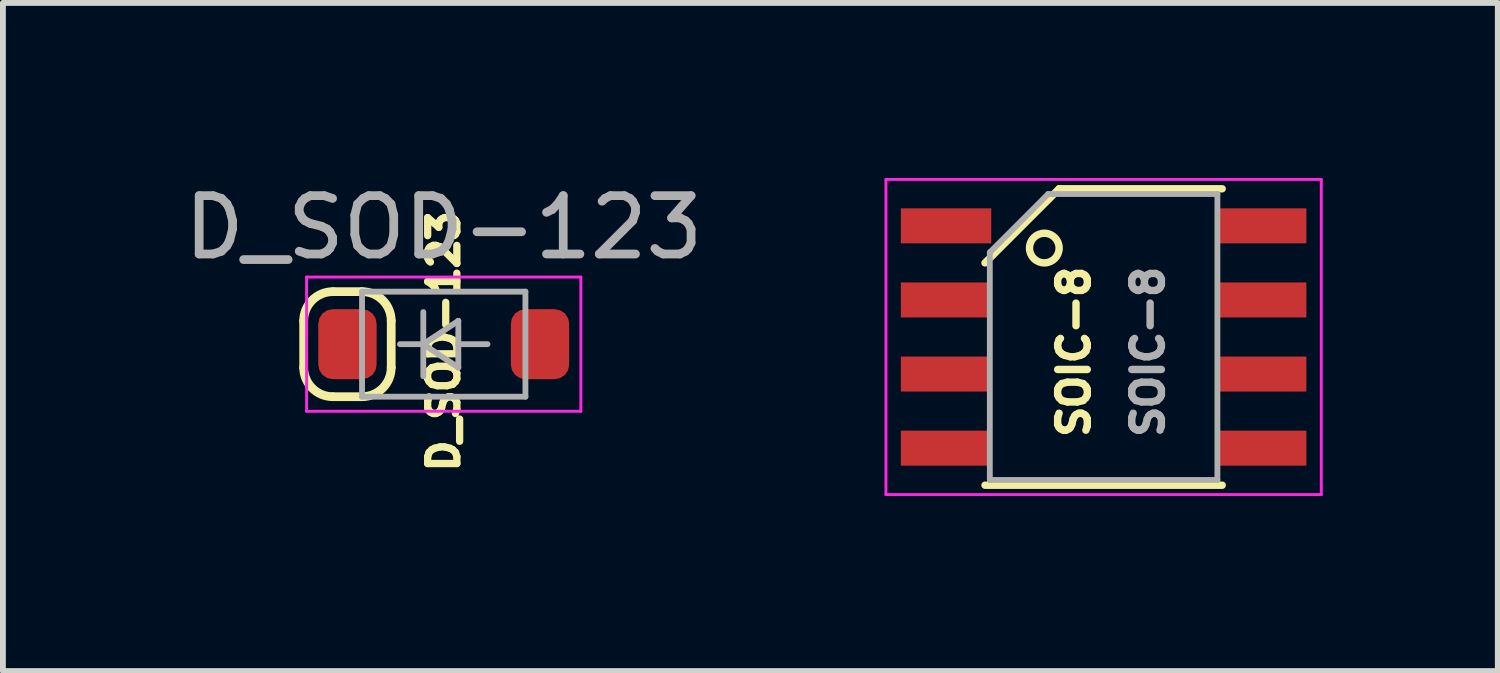
<source format=kicad_pcb>
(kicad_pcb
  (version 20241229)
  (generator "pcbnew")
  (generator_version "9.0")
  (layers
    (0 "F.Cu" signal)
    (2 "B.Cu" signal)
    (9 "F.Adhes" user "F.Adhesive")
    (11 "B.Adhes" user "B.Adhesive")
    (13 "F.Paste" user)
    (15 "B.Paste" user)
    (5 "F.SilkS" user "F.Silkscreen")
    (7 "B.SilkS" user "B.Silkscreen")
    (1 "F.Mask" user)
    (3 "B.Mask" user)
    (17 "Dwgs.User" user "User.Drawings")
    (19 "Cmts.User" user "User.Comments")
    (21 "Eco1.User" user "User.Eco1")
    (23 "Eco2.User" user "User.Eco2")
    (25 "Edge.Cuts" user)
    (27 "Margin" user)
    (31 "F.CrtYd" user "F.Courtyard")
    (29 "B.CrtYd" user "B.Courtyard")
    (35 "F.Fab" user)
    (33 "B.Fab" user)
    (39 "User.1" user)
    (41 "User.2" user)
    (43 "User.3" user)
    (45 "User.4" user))
  (footprint "SOIC-8"
    (layer "F.Cu")
    (at 15.862 2.725)
    (property "Reference" "SOIC-8" (at -0.508 0.254 90) (layer "F.SilkS") (effects (font (size 0.508 0.508) (thickness 0.127))))
    (attr smd)
    (fp_line (start -2.032 -1.27) (end -0.762 -2.54) (stroke (width 0.127) (type solid)) (layer "F.SilkS"))
    (fp_line (start -0.762 -2.54) (end 2.032 -2.54) (stroke (width 0.127) (type solid)) (layer "F.SilkS"))
    (fp_line (start 2.032 2.54) (end -2.032 2.54) (stroke (width 0.127) (type solid)) (layer "F.SilkS"))
    (fp_circle (center -1.016 -1.524) (end -0.762 -1.524) (stroke (width 0.127) (type solid)) (fill no) (layer "F.SilkS"))
    (fp_line (start -3.73 -2.7) (end -3.73 2.7) (stroke (width 0.05) (type solid)) (layer "F.CrtYd"))
    (fp_line (start -3.73 -2.7) (end 3.73 -2.7) (stroke (width 0.05) (type solid)) (layer "F.CrtYd"))
    (fp_line (start -3.73 2.7) (end 3.73 2.7) (stroke (width 0.05) (type solid)) (layer "F.CrtYd"))
    (fp_line (start 3.73 -2.7) (end 3.73 2.7) (stroke (width 0.05) (type solid)) (layer "F.CrtYd"))
    (fp_line (start -1.95 -1.45) (end -0.95 -2.45) (stroke (width 0.1) (type solid)) (layer "F.Fab"))
    (fp_line (start -1.95 2.45) (end -1.95 -1.45) (stroke (width 0.1) (type solid)) (layer "F.Fab"))
    (fp_line (start -0.95 -2.45) (end 1.95 -2.45) (stroke (width 0.1) (type solid)) (layer "F.Fab"))
    (fp_line (start 1.95 -2.45) (end 1.95 2.45) (stroke (width 0.1) (type solid)) (layer "F.Fab"))
    (fp_line (start 1.95 2.45) (end -1.95 2.45) (stroke (width 0.1) (type solid)) (layer "F.Fab"))
    (fp_text user "${REFERENCE}" (at 0.762 0.254 90) (layer "F.Fab") (effects (font (size 0.508 0.508) (thickness 0.127))))
    (pad "1" smd rect (at -2.7 -1.905) (size 1.55 0.6) (layers "F.Cu" "F.Mask" "F.Paste"))
    (pad "2" smd rect (at -2.7 -0.635) (size 1.55 0.6) (layers "F.Cu" "F.Mask" "F.Paste"))
    (pad "3" smd rect (at -2.7 0.635) (size 1.55 0.6) (layers "F.Cu" "F.Mask" "F.Paste"))
    (pad "4" smd rect (at -2.7 1.905) (size 1.55 0.6) (layers "F.Cu" "F.Mask" "F.Paste"))
    (pad "5" smd rect (at 2.7 1.905) (size 1.55 0.6) (layers "F.Cu" "F.Mask" "F.Paste"))
    (pad "6" smd rect (at 2.7 0.635) (size 1.55 0.6) (layers "F.Cu" "F.Mask" "F.Paste"))
    (pad "7" smd rect (at 2.7 -0.635) (size 1.55 0.6) (layers "F.Cu" "F.Mask" "F.Paste"))
    (pad "8" smd rect (at 2.7 -1.905) (size 1.55 0.6) (layers "F.Cu" "F.Mask" "F.Paste")))
  (footprint "D_SOD-123"
    (layer "F.Cu")
    (at 4.554 2.848)
    (property "Reference" "D_SOD-123" (at 0 -0.05 90) (layer "F.SilkS") (effects (font (size 0.5 0.5) (thickness 0.125))))
    (attr smd)
    (fp_line (start -2.4 -0.4) (end -2.4 0.4) (stroke (width 0.15) (type solid)) (layer "F.SilkS"))
    (fp_line (start -1.9 -0.9) (end -1.4 -0.9) (stroke (width 0.15) (type solid)) (layer "F.SilkS"))
    (fp_line (start -1.4 0.9) (end -1.9 0.9) (stroke (width 0.15) (type solid)) (layer "F.SilkS"))
    (fp_line (start -0.9 -0.4) (end -0.9 0.4) (stroke (width 0.15) (type solid)) (layer "F.SilkS"))
    (fp_arc (start -2.4 -0.4) (mid -2.253553 -0.753553) (end -1.9 -0.9) (stroke (width 0.15) (type solid)) (layer "F.SilkS"))
    (fp_arc (start -1.9 0.9) (mid -2.253553 0.753553) (end -2.4 0.4) (stroke (width 0.15) (type solid)) (layer "F.SilkS"))
    (fp_arc (start -1.4 -0.9) (mid -1.046447 -0.753553) (end -0.9 -0.4) (stroke (width 0.15) (type solid)) (layer "F.SilkS"))
    (fp_arc (start -0.9 0.4) (mid -1.046447 0.753553) (end -1.4 0.9) (stroke (width 0.15) (type solid)) (layer "F.SilkS"))
    (fp_line (start -2.35 -1.15) (end -2.35 1.15) (stroke (width 0.05) (type solid)) (layer "F.CrtYd"))
    (fp_line (start -2.35 -1.15) (end 2.35 -1.15) (stroke (width 0.05) (type solid)) (layer "F.CrtYd"))
    (fp_line (start 2.35 -1.15) (end 2.35 1.15) (stroke (width 0.05) (type solid)) (layer "F.CrtYd"))
    (fp_line (start 2.35 1.15) (end -2.35 1.15) (stroke (width 0.05) (type solid)) (layer "F.CrtYd"))
    (fp_line (start -1.4 -0.9) (end 1.4 -0.9) (stroke (width 0.1) (type solid)) (layer "F.Fab"))
    (fp_line (start -1.4 0.9) (end -1.4 -0.9) (stroke (width 0.1) (type solid)) (layer "F.Fab"))
    (fp_line (start -0.75 0) (end -0.35 0) (stroke (width 0.1) (type solid)) (layer "F.Fab"))
    (fp_line (start -0.35 0) (end -0.35 -0.55) (stroke (width 0.1) (type solid)) (layer "F.Fab"))
    (fp_line (start -0.35 0) (end -0.35 0.55) (stroke (width 0.1) (type solid)) (layer "F.Fab"))
    (fp_line (start -0.35 0) (end 0.25 -0.4) (stroke (width 0.1) (type solid)) (layer "F.Fab"))
    (fp_line (start 0.25 -0.4) (end 0.25 0.4) (stroke (width 0.1) (type solid)) (layer "F.Fab"))
    (fp_line (start 0.25 0) (end 0.75 0) (stroke (width 0.1) (type solid)) (layer "F.Fab"))
    (fp_line (start 0.25 0.4) (end -0.35 0) (stroke (width 0.1) (type solid)) (layer "F.Fab"))
    (fp_line (start 1.4 -0.9) (end 1.4 0.9) (stroke (width 0.1) (type solid)) (layer "F.Fab"))
    (fp_line (start 1.4 0.9) (end -1.4 0.9) (stroke (width 0.1) (type solid)) (layer "F.Fab"))
    (fp_text user "${REFERENCE}" (at 0 -2 0) (layer "F.Fab") (effects (font (size 1 1) (thickness 0.15))))
    (pad "1" smd roundrect (at -1.65 0) (size 1 1.2) (layers "F.Cu" "F.Mask" "F.Paste") (roundrect_rratio 0.25))
    (pad "2" smd roundrect (at 1.65 0) (size 1 1.2) (layers "F.Cu" "F.Mask" "F.Paste") (roundrect_rratio 0.25)))
  (gr_rect
    (start -3 -3)
    (end 22.617 8.45)
    (stroke (width 0.1) (type default))
    (fill no)
    (layer "Edge.Cuts")))
</source>
